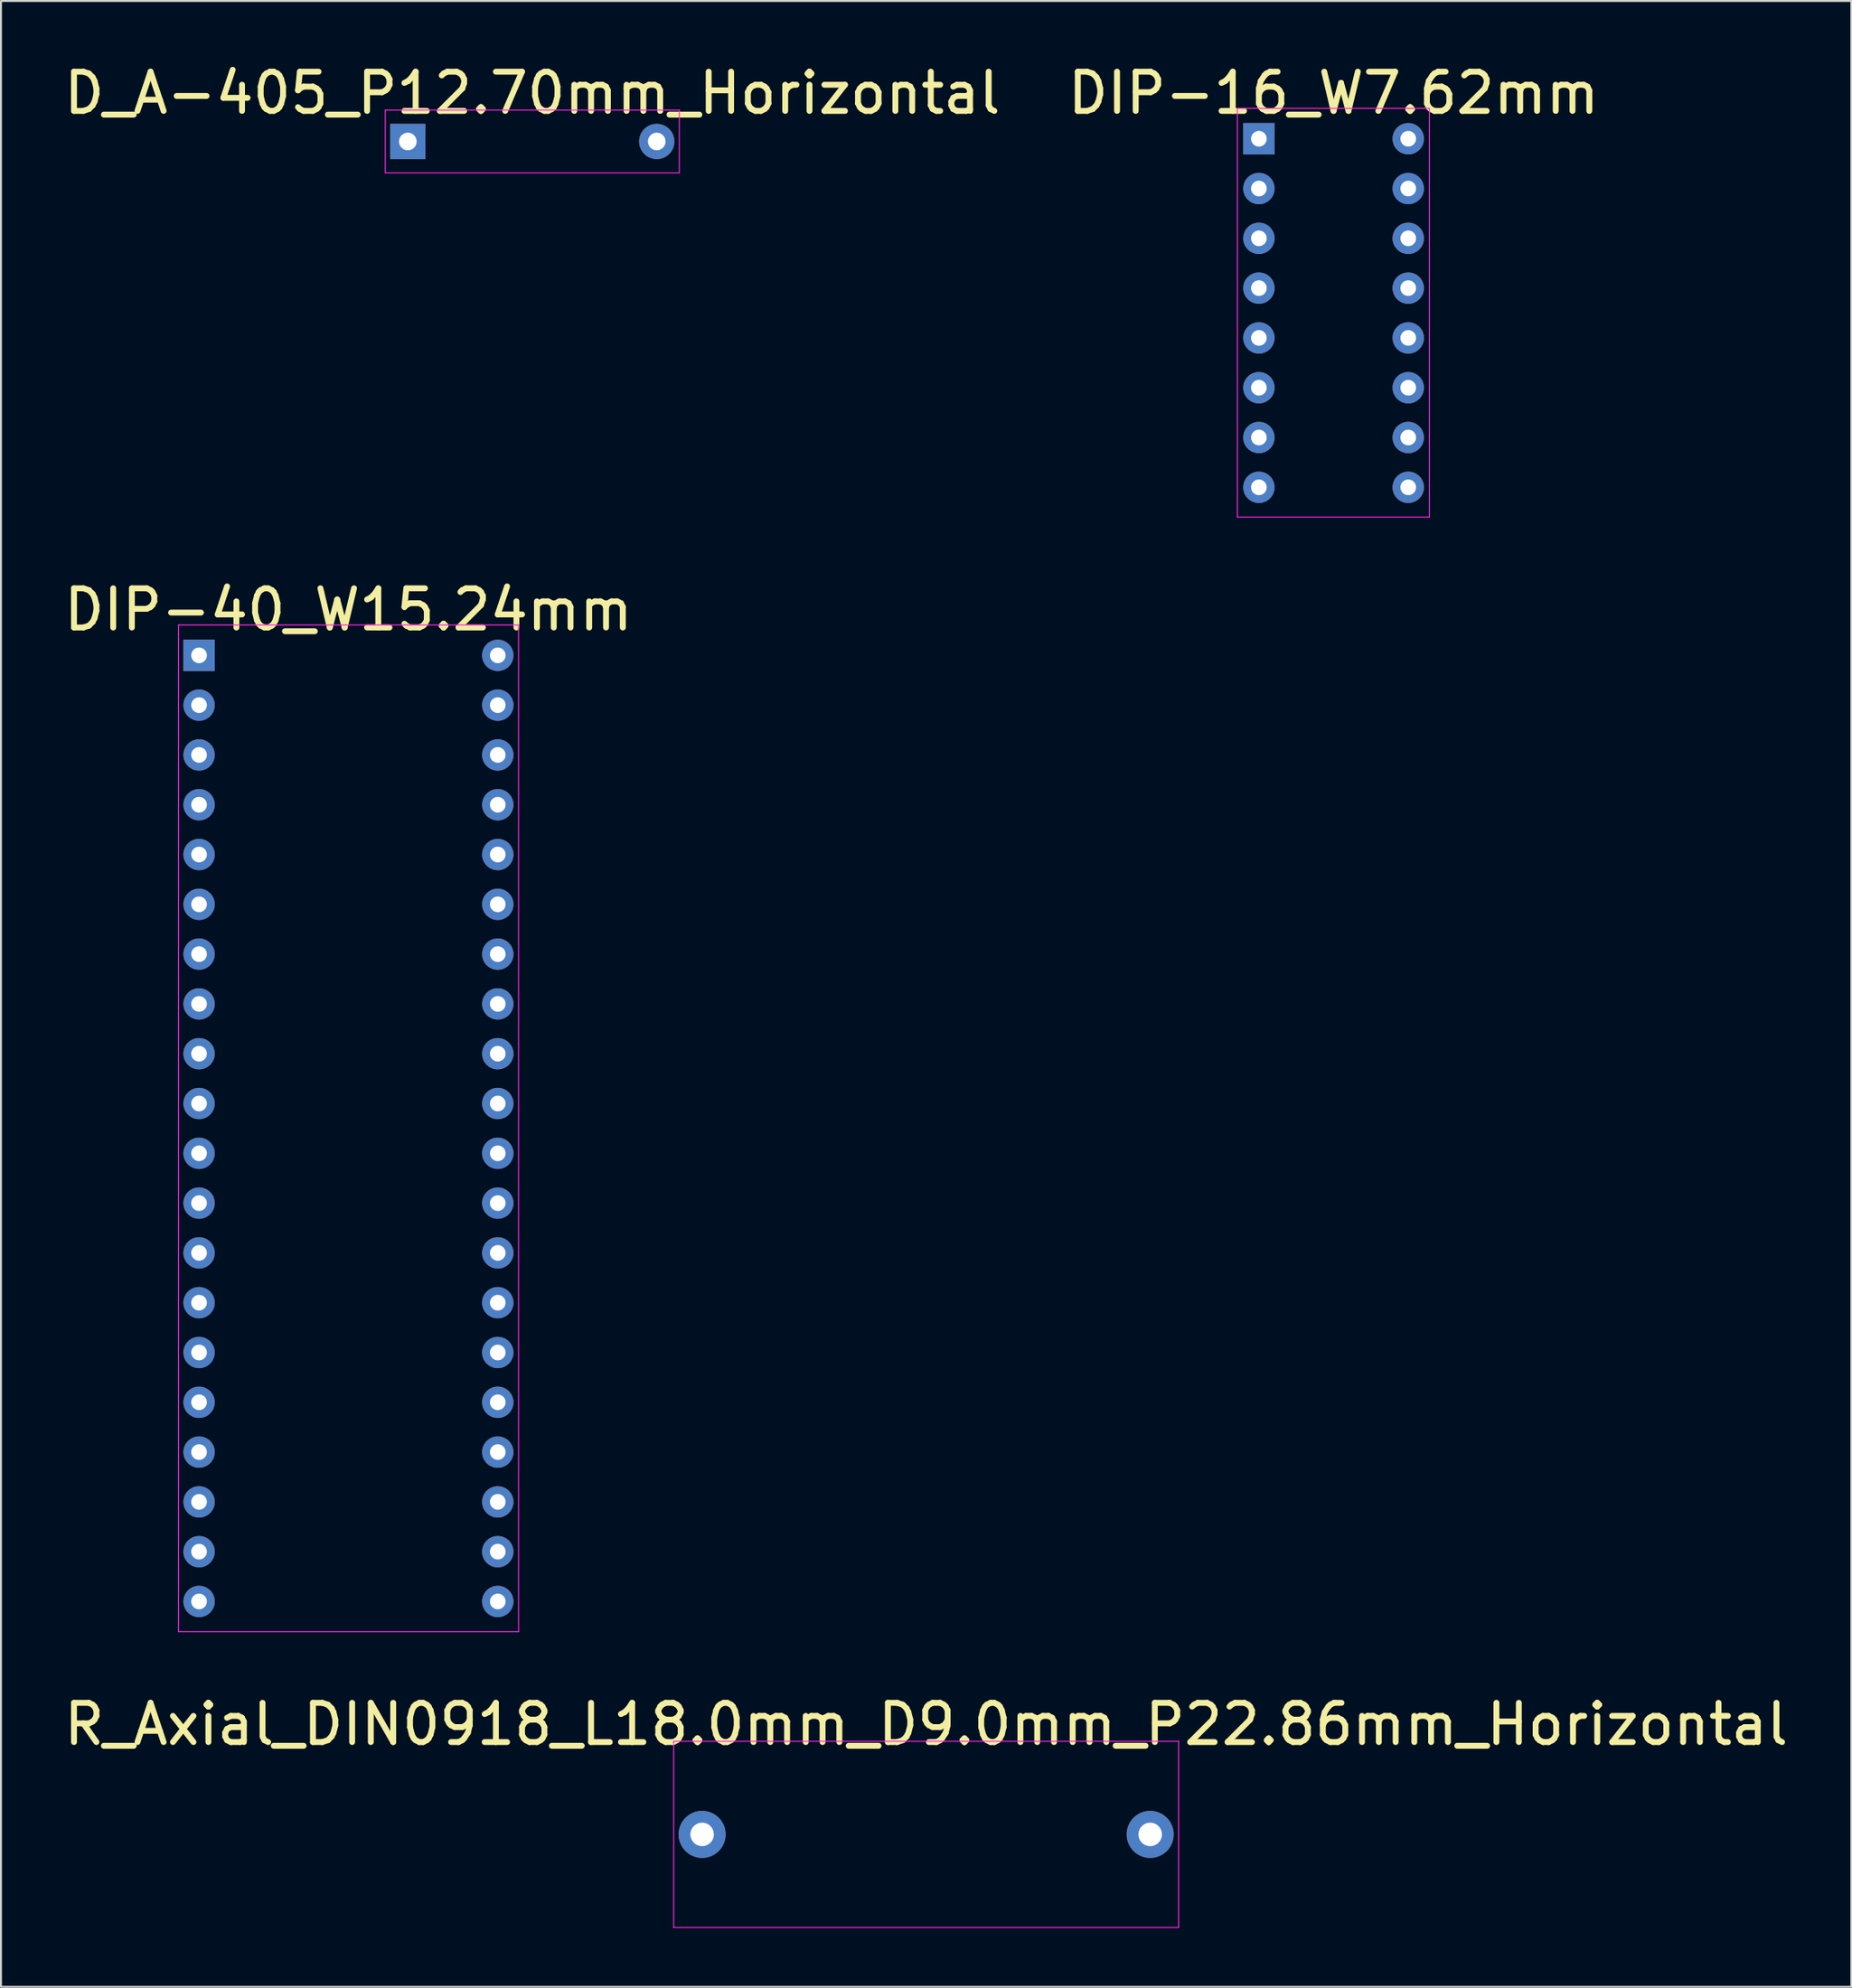
<source format=kicad_pcb>
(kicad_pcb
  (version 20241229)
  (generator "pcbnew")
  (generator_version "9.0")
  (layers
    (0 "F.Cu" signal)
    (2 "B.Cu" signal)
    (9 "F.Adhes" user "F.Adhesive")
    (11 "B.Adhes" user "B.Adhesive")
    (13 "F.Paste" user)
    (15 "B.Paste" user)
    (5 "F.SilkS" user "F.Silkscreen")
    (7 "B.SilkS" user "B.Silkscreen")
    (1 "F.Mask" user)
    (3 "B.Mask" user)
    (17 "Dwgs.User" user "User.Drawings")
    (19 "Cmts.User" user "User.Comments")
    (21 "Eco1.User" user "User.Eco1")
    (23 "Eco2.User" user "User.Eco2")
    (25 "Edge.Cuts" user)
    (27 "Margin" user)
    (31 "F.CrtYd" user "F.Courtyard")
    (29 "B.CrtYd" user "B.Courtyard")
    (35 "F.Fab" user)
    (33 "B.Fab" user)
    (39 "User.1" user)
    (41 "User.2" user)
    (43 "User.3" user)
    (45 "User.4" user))
  (footprint "DIP-40_W15.24mm"
    (layer "F.Cu")
    (at 7.106 30.378)
    (property "Reference" "DIP-40_W15.24mm" (at 7.62 -2.33 0) (layer "F.SilkS") (effects (font (size 2 2) (thickness 0.3))))
    (attr through_hole)
    (fp_line (start -1.05 -1.55) (end -1.05 49.8) (stroke (width 0.05) (type solid)) (layer "F.CrtYd"))
    (fp_line (start -1.05 49.8) (end 16.3 49.8) (stroke (width 0.05) (type solid)) (layer "F.CrtYd"))
    (fp_line (start 16.3 -1.55) (end -1.05 -1.55) (stroke (width 0.05) (type solid)) (layer "F.CrtYd"))
    (fp_line (start 16.3 49.8) (end 16.3 -1.55) (stroke (width 0.05) (type solid)) (layer "F.CrtYd"))
    (pad "1" thru_hole rect (at 0 0) (size 1.6 1.6) (drill 0.8) (layers "*.Cu" "*.Mask"))
    (pad "2" thru_hole oval (at 0 2.54) (size 1.6 1.6) (drill 0.8) (layers "*.Cu" "*.Mask"))
    (pad "3" thru_hole oval (at 0 5.08) (size 1.6 1.6) (drill 0.8) (layers "*.Cu" "*.Mask"))
    (pad "4" thru_hole oval (at 0 7.62) (size 1.6 1.6) (drill 0.8) (layers "*.Cu" "*.Mask"))
    (pad "5" thru_hole oval (at 0 10.16) (size 1.6 1.6) (drill 0.8) (layers "*.Cu" "*.Mask"))
    (pad "6" thru_hole oval (at 0 12.7) (size 1.6 1.6) (drill 0.8) (layers "*.Cu" "*.Mask"))
    (pad "7" thru_hole oval (at 0 15.24) (size 1.6 1.6) (drill 0.8) (layers "*.Cu" "*.Mask"))
    (pad "8" thru_hole oval (at 0 17.78) (size 1.6 1.6) (drill 0.8) (layers "*.Cu" "*.Mask"))
    (pad "9" thru_hole oval (at 0 20.32) (size 1.6 1.6) (drill 0.8) (layers "*.Cu" "*.Mask"))
    (pad "10" thru_hole oval (at 0 22.86) (size 1.6 1.6) (drill 0.8) (layers "*.Cu" "*.Mask"))
    (pad "11" thru_hole oval (at 0 25.4) (size 1.6 1.6) (drill 0.8) (layers "*.Cu" "*.Mask"))
    (pad "12" thru_hole oval (at 0 27.94) (size 1.6 1.6) (drill 0.8) (layers "*.Cu" "*.Mask"))
    (pad "13" thru_hole oval (at 0 30.48) (size 1.6 1.6) (drill 0.8) (layers "*.Cu" "*.Mask"))
    (pad "14" thru_hole oval (at 0 33.02) (size 1.6 1.6) (drill 0.8) (layers "*.Cu" "*.Mask"))
    (pad "15" thru_hole oval (at 0 35.56) (size 1.6 1.6) (drill 0.8) (layers "*.Cu" "*.Mask"))
    (pad "16" thru_hole oval (at 0 38.1) (size 1.6 1.6) (drill 0.8) (layers "*.Cu" "*.Mask"))
    (pad "17" thru_hole oval (at 0 40.64) (size 1.6 1.6) (drill 0.8) (layers "*.Cu" "*.Mask"))
    (pad "18" thru_hole oval (at 0 43.18) (size 1.6 1.6) (drill 0.8) (layers "*.Cu" "*.Mask"))
    (pad "19" thru_hole oval (at 0 45.72) (size 1.6 1.6) (drill 0.8) (layers "*.Cu" "*.Mask"))
    (pad "20" thru_hole oval (at 0 48.26) (size 1.6 1.6) (drill 0.8) (layers "*.Cu" "*.Mask"))
    (pad "21" thru_hole oval (at 15.24 48.26) (size 1.6 1.6) (drill 0.8) (layers "*.Cu" "*.Mask"))
    (pad "22" thru_hole oval (at 15.24 45.72) (size 1.6 1.6) (drill 0.8) (layers "*.Cu" "*.Mask"))
    (pad "23" thru_hole oval (at 15.24 43.18) (size 1.6 1.6) (drill 0.8) (layers "*.Cu" "*.Mask"))
    (pad "24" thru_hole oval (at 15.24 40.64) (size 1.6 1.6) (drill 0.8) (layers "*.Cu" "*.Mask"))
    (pad "25" thru_hole oval (at 15.24 38.1) (size 1.6 1.6) (drill 0.8) (layers "*.Cu" "*.Mask"))
    (pad "26" thru_hole oval (at 15.24 35.56) (size 1.6 1.6) (drill 0.8) (layers "*.Cu" "*.Mask"))
    (pad "27" thru_hole oval (at 15.24 33.02) (size 1.6 1.6) (drill 0.8) (layers "*.Cu" "*.Mask"))
    (pad "28" thru_hole oval (at 15.24 30.48) (size 1.6 1.6) (drill 0.8) (layers "*.Cu" "*.Mask"))
    (pad "29" thru_hole oval (at 15.24 27.94) (size 1.6 1.6) (drill 0.8) (layers "*.Cu" "*.Mask"))
    (pad "30" thru_hole oval (at 15.24 25.4) (size 1.6 1.6) (drill 0.8) (layers "*.Cu" "*.Mask"))
    (pad "31" thru_hole oval (at 15.24 22.86) (size 1.6 1.6) (drill 0.8) (layers "*.Cu" "*.Mask"))
    (pad "32" thru_hole oval (at 15.24 20.32) (size 1.6 1.6) (drill 0.8) (layers "*.Cu" "*.Mask"))
    (pad "33" thru_hole oval (at 15.24 17.78) (size 1.6 1.6) (drill 0.8) (layers "*.Cu" "*.Mask"))
    (pad "34" thru_hole oval (at 15.24 15.24) (size 1.6 1.6) (drill 0.8) (layers "*.Cu" "*.Mask"))
    (pad "35" thru_hole oval (at 15.24 12.7) (size 1.6 1.6) (drill 0.8) (layers "*.Cu" "*.Mask"))
    (pad "36" thru_hole oval (at 15.24 10.16) (size 1.6 1.6) (drill 0.8) (layers "*.Cu" "*.Mask"))
    (pad "37" thru_hole oval (at 15.24 7.62) (size 1.6 1.6) (drill 0.8) (layers "*.Cu" "*.Mask"))
    (pad "38" thru_hole oval (at 15.24 5.08) (size 1.6 1.6) (drill 0.8) (layers "*.Cu" "*.Mask"))
    (pad "39" thru_hole oval (at 15.24 2.54) (size 1.6 1.6) (drill 0.8) (layers "*.Cu" "*.Mask"))
    (pad "40" thru_hole oval (at 15.24 0) (size 1.6 1.6) (drill 0.8) (layers "*.Cu" "*.Mask")))
  (footprint "D_A-405_P12.70mm_Horizontal"
    (layer "F.Cu")
    (at 17.757 4.167)
    (property "Reference" "D_A-405_P12.70mm_Horizontal" (at 6.35 -2.47 0) (layer "F.SilkS") (effects (font (size 2 2) (thickness 0.3))))
    (attr through_hole)
    (fp_line (start -1.15 -1.6) (end -1.15 1.6) (stroke (width 0.05) (type solid)) (layer "F.CrtYd"))
    (fp_line (start -1.15 1.6) (end 13.85 1.6) (stroke (width 0.05) (type solid)) (layer "F.CrtYd"))
    (fp_line (start 13.85 -1.6) (end -1.15 -1.6) (stroke (width 0.05) (type solid)) (layer "F.CrtYd"))
    (fp_line (start 13.85 1.6) (end 13.85 -1.6) (stroke (width 0.05) (type solid)) (layer "F.CrtYd"))
    (pad "1" thru_hole rect (at 0 0) (size 1.8 1.8) (drill 0.9) (layers "*.Cu" "*.Mask"))
    (pad "2" thru_hole oval (at 12.7 0) (size 1.8 1.8) (drill 0.9) (layers "*.Cu" "*.Mask")))
  (footprint "DIP-16_W7.62mm"
    (layer "F.Cu")
    (at 61.178 4.027)
    (property "Reference" "DIP-16_W7.62mm" (at 3.81 -2.33 0) (layer "F.SilkS") (effects (font (size 2 2) (thickness 0.3))))
    (attr through_hole)
    (fp_line (start -1.1 -1.55) (end -1.1 19.3) (stroke (width 0.05) (type solid)) (layer "F.CrtYd"))
    (fp_line (start -1.1 19.3) (end 8.7 19.3) (stroke (width 0.05) (type solid)) (layer "F.CrtYd"))
    (fp_line (start 8.7 -1.55) (end -1.1 -1.55) (stroke (width 0.05) (type solid)) (layer "F.CrtYd"))
    (fp_line (start 8.7 19.3) (end 8.7 -1.55) (stroke (width 0.05) (type solid)) (layer "F.CrtYd"))
    (pad "1" thru_hole rect (at 0 0) (size 1.6 1.6) (drill 0.8) (layers "*.Cu" "*.Mask"))
    (pad "2" thru_hole oval (at 0 2.54) (size 1.6 1.6) (drill 0.8) (layers "*.Cu" "*.Mask"))
    (pad "3" thru_hole oval (at 0 5.08) (size 1.6 1.6) (drill 0.8) (layers "*.Cu" "*.Mask"))
    (pad "4" thru_hole oval (at 0 7.62) (size 1.6 1.6) (drill 0.8) (layers "*.Cu" "*.Mask"))
    (pad "5" thru_hole oval (at 0 10.16) (size 1.6 1.6) (drill 0.8) (layers "*.Cu" "*.Mask"))
    (pad "6" thru_hole oval (at 0 12.7) (size 1.6 1.6) (drill 0.8) (layers "*.Cu" "*.Mask"))
    (pad "7" thru_hole oval (at 0 15.24) (size 1.6 1.6) (drill 0.8) (layers "*.Cu" "*.Mask"))
    (pad "8" thru_hole oval (at 0 17.78) (size 1.6 1.6) (drill 0.8) (layers "*.Cu" "*.Mask"))
    (pad "9" thru_hole oval (at 7.62 17.78) (size 1.6 1.6) (drill 0.8) (layers "*.Cu" "*.Mask"))
    (pad "10" thru_hole oval (at 7.62 15.24) (size 1.6 1.6) (drill 0.8) (layers "*.Cu" "*.Mask"))
    (pad "11" thru_hole oval (at 7.62 12.7) (size 1.6 1.6) (drill 0.8) (layers "*.Cu" "*.Mask"))
    (pad "12" thru_hole oval (at 7.62 10.16) (size 1.6 1.6) (drill 0.8) (layers "*.Cu" "*.Mask"))
    (pad "13" thru_hole oval (at 7.62 7.62) (size 1.6 1.6) (drill 0.8) (layers "*.Cu" "*.Mask"))
    (pad "14" thru_hole oval (at 7.62 5.08) (size 1.6 1.6) (drill 0.8) (layers "*.Cu" "*.Mask"))
    (pad "15" thru_hole oval (at 7.62 2.54) (size 1.6 1.6) (drill 0.8) (layers "*.Cu" "*.Mask"))
    (pad "16" thru_hole oval (at 7.62 0) (size 1.6 1.6) (drill 0.8) (layers "*.Cu" "*.Mask")))
  (footprint "R_Axial_DIN0918_L18.0mm_D9.0mm_P22.86mm_Horizontal"
    (layer "F.Cu")
    (at 32.772 90.519)
    (property "Reference" "R_Axial_DIN0918_L18.0mm_D9.0mm_P22.86mm_Horizontal" (at 11.43 -5.62 0) (layer "F.SilkS") (effects (font (size 2 2) (thickness 0.3))))
    (attr through_hole)
    (fp_line (start -1.45 -4.75) (end -1.45 4.75) (stroke (width 0.05) (type solid)) (layer "F.CrtYd"))
    (fp_line (start -1.45 4.75) (end 24.31 4.75) (stroke (width 0.05) (type solid)) (layer "F.CrtYd"))
    (fp_line (start 24.31 -4.75) (end -1.45 -4.75) (stroke (width 0.05) (type solid)) (layer "F.CrtYd"))
    (fp_line (start 24.31 4.75) (end 24.31 -4.75) (stroke (width 0.05) (type solid)) (layer "F.CrtYd"))
    (pad "1" thru_hole circle (at 0 0) (size 2.4 2.4) (drill 1.2) (layers "*.Cu" "*.Mask"))
    (pad "2" thru_hole oval (at 22.86 0) (size 2.4 2.4) (drill 1.2) (layers "*.Cu" "*.Mask")))
  (gr_rect
    (start -3 -3)
    (end 91.405 98.294)
    (stroke (width 0.1) (type default))
    (fill no)
    (layer "Edge.Cuts")))
</source>
